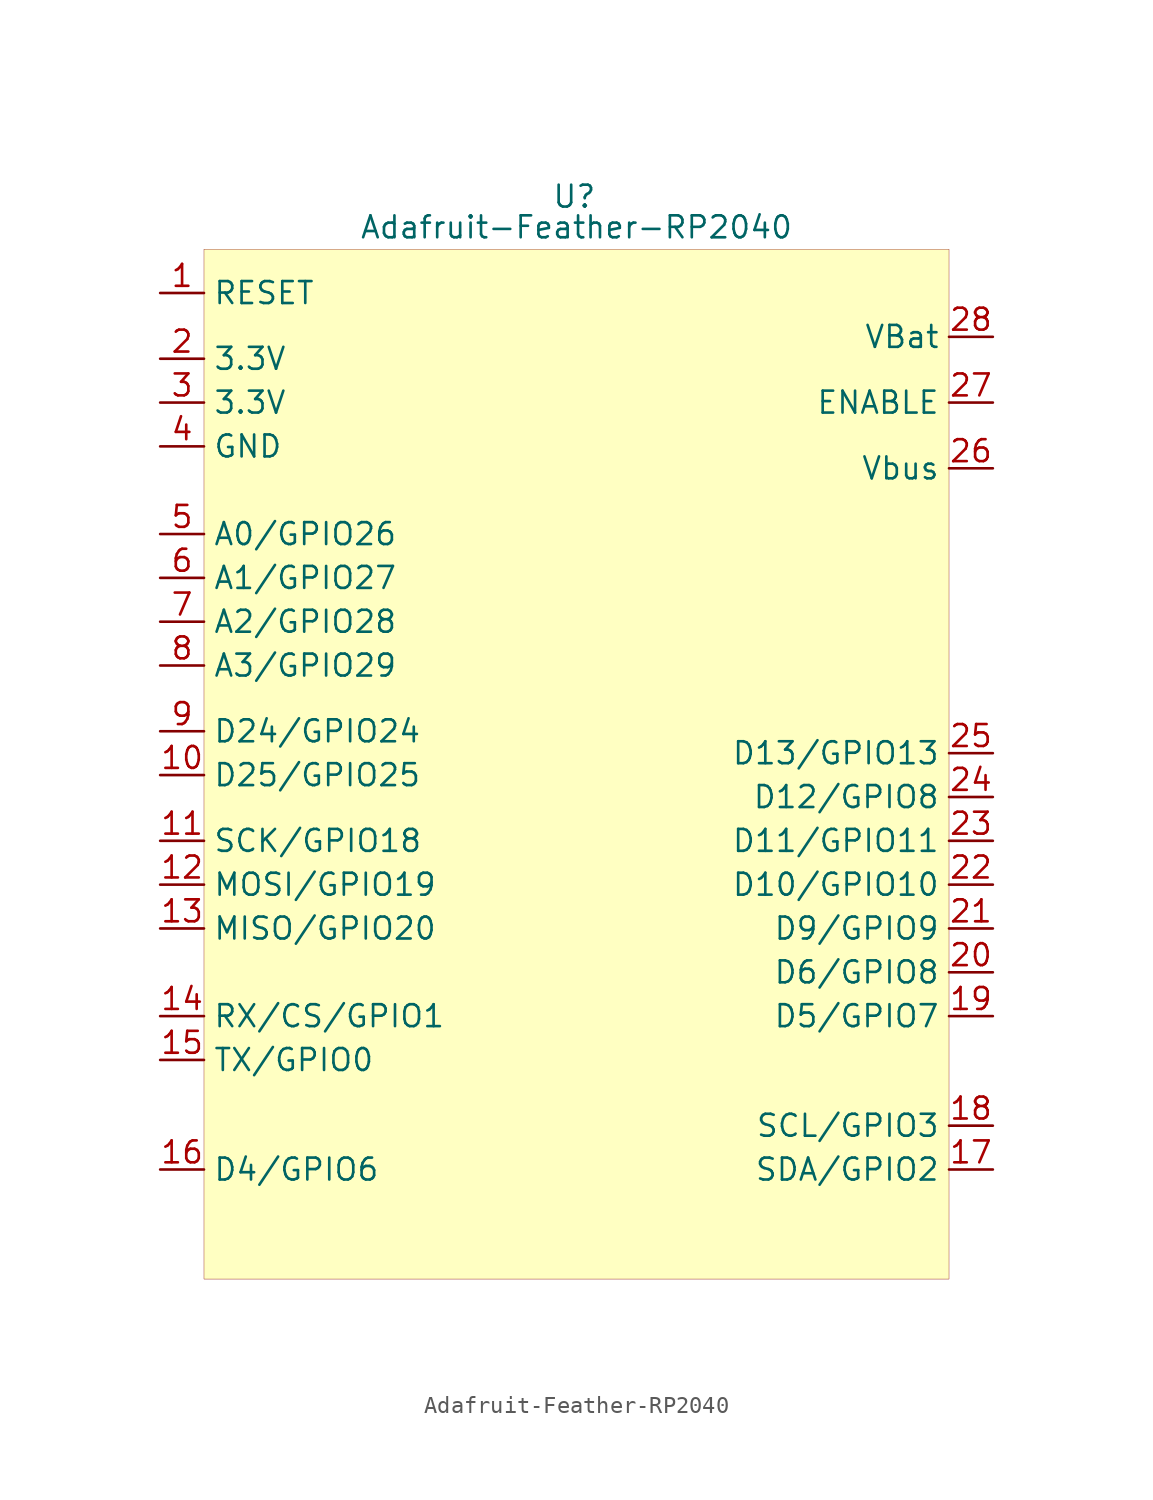
<source format=kicad_sym>
(kicad_symbol_lib
  (version 20211014)
  (generator kicad_symbol_editor)
  (symbol "Adafruit-Feather-RP2040"
    (property "Reference" "U"
      (at -0.127 33.528 0)
      (effects (font (size 1.27 1.27))))
    (property "Value" "Adafruit-Feather-RP2040"
      (at 0 31.75 0)
      (effects (font (size 1.27 1.27))))
    (symbol "Adafruit-Feather-RP2040_0_1"
      (rectangle (start -21.59 30.48) (end 21.59 -29.21) (stroke (width 0.001) (type default) (color 0 0 0 0)) (fill (type background))))
    (symbol "Adafruit-Feather-RP2040_1_1"
      (pin input line (at -24.13 27.94 0) (length 2.54) (name "RESET" (effects (font (size 1.27 1.27)))) (number "1" (effects (font (size 1.27 1.27)))))
      (pin bidirectional line (at -24.13 0 0) (length 2.54) (name "D25/GPIO25" (effects (font (size 1.27 1.27)))) (number "10" (effects (font (size 1.27 1.27)))))
      (pin bidirectional line (at -24.13 -3.81 0) (length 2.54) (name "SCK/GPIO18" (effects (font (size 1.27 1.27)))) (number "11" (effects (font (size 1.27 1.27)))))
      (pin bidirectional line (at -24.13 -6.35 0) (length 2.54) (name "MOSI/GPIO19" (effects (font (size 1.27 1.27)))) (number "12" (effects (font (size 1.27 1.27)))))
      (pin bidirectional line (at -24.13 -8.89 0) (length 2.54) (name "MISO/GPIO20" (effects (font (size 1.27 1.27)))) (number "13" (effects (font (size 1.27 1.27)))))
      (pin bidirectional line (at -24.13 -13.97 0) (length 2.54) (name "RX/CS/GPIO1" (effects (font (size 1.27 1.27)))) (number "14" (effects (font (size 1.27 1.27)))))
      (pin bidirectional line (at -24.13 -16.51 0) (length 2.54) (name "TX/GPIO0" (effects (font (size 1.27 1.27)))) (number "15" (effects (font (size 1.27 1.27)))))
      (pin bidirectional line (at -24.13 -22.86 0) (length 2.54) (name "D4/GPIO6" (effects (font (size 1.27 1.27)))) (number "16" (effects (font (size 1.27 1.27)))))
      (pin bidirectional line (at 24.13 -22.86 180) (length 2.54) (name "SDA/GPIO2" (effects (font (size 1.27 1.27)))) (number "17" (effects (font (size 1.27 1.27)))))
      (pin bidirectional line (at 24.13 -20.32 180) (length 2.54) (name "SCL/GPIO3" (effects (font (size 1.27 1.27)))) (number "18" (effects (font (size 1.27 1.27)))))
      (pin bidirectional line (at 24.13 -13.97 180) (length 2.54) (name "D5/GPIO7" (effects (font (size 1.27 1.27)))) (number "19" (effects (font (size 1.27 1.27)))))
      (pin power_out line (at -24.13 24.13 0) (length 2.54) (name "3.3V" (effects (font (size 1.27 1.27)))) (number "2" (effects (font (size 1.27 1.27)))))
      (pin bidirectional line (at 24.13 -11.43 180) (length 2.54) (name "D6/GPIO8" (effects (font (size 1.27 1.27)))) (number "20" (effects (font (size 1.27 1.27)))))
      (pin bidirectional line (at 24.13 -8.89 180) (length 2.54) (name "D9/GPIO9" (effects (font (size 1.27 1.27)))) (number "21" (effects (font (size 1.27 1.27)))))
      (pin bidirectional line (at 24.13 -6.35 180) (length 2.54) (name "D10/GPIO10" (effects (font (size 1.27 1.27)))) (number "22" (effects (font (size 1.27 1.27)))))
      (pin bidirectional line (at 24.13 -3.81 180) (length 2.54) (name "D11/GPIO11" (effects (font (size 1.27 1.27)))) (number "23" (effects (font (size 1.27 1.27)))))
      (pin bidirectional line (at 24.13 -1.27 180) (length 2.54) (name "D12/GPIO8" (effects (font (size 1.27 1.27)))) (number "24" (effects (font (size 1.27 1.27)))))
      (pin bidirectional line (at 24.13 1.27 180) (length 2.54) (name "D13/GPIO13" (effects (font (size 1.27 1.27)))) (number "25" (effects (font (size 1.27 1.27)))))
      (pin power_out line (at 24.13 17.78 180) (length 2.54) (name "Vbus" (effects (font (size 1.27 1.27)))) (number "26" (effects (font (size 1.27 1.27)))))
      (pin input line (at 24.13 21.59 180) (length 2.54) (name "ENABLE" (effects (font (size 1.27 1.27)))) (number "27" (effects (font (size 1.27 1.27)))))
      (pin input line (at 24.13 25.4 180) (length 2.54) (name "VBat" (effects (font (size 1.27 1.27)))) (number "28" (effects (font (size 1.27 1.27)))))
      (pin power_out line (at -24.13 21.59 0) (length 2.54) (name "3.3V" (effects (font (size 1.27 1.27)))) (number "3" (effects (font (size 1.27 1.27)))))
      (pin power_out line (at -24.13 19.05 0) (length 2.54) (name "GND" (effects (font (size 1.27 1.27)))) (number "4" (effects (font (size 1.27 1.27)))))
      (pin bidirectional line (at -24.13 13.97 0) (length 2.54) (name "A0/GPIO26" (effects (font (size 1.27 1.27)))) (number "5" (effects (font (size 1.27 1.27)))))
      (pin bidirectional line (at -24.13 11.43 0) (length 2.54) (name "A1/GPIO27" (effects (font (size 1.27 1.27)))) (number "6" (effects (font (size 1.27 1.27)))))
      (pin bidirectional line (at -24.13 8.89 0) (length 2.54) (name "A2/GPIO28" (effects (font (size 1.27 1.27)))) (number "7" (effects (font (size 1.27 1.27)))))
      (pin bidirectional line (at -24.13 6.35 0) (length 2.54) (name "A3/GPIO29" (effects (font (size 1.27 1.27)))) (number "8" (effects (font (size 1.27 1.27)))))
      (pin bidirectional line (at -24.13 2.54 0) (length 2.54) (name "D24/GPIO24" (effects (font (size 1.27 1.27)))) (number "9" (effects (font (size 1.27 1.27))))))))
</source>
